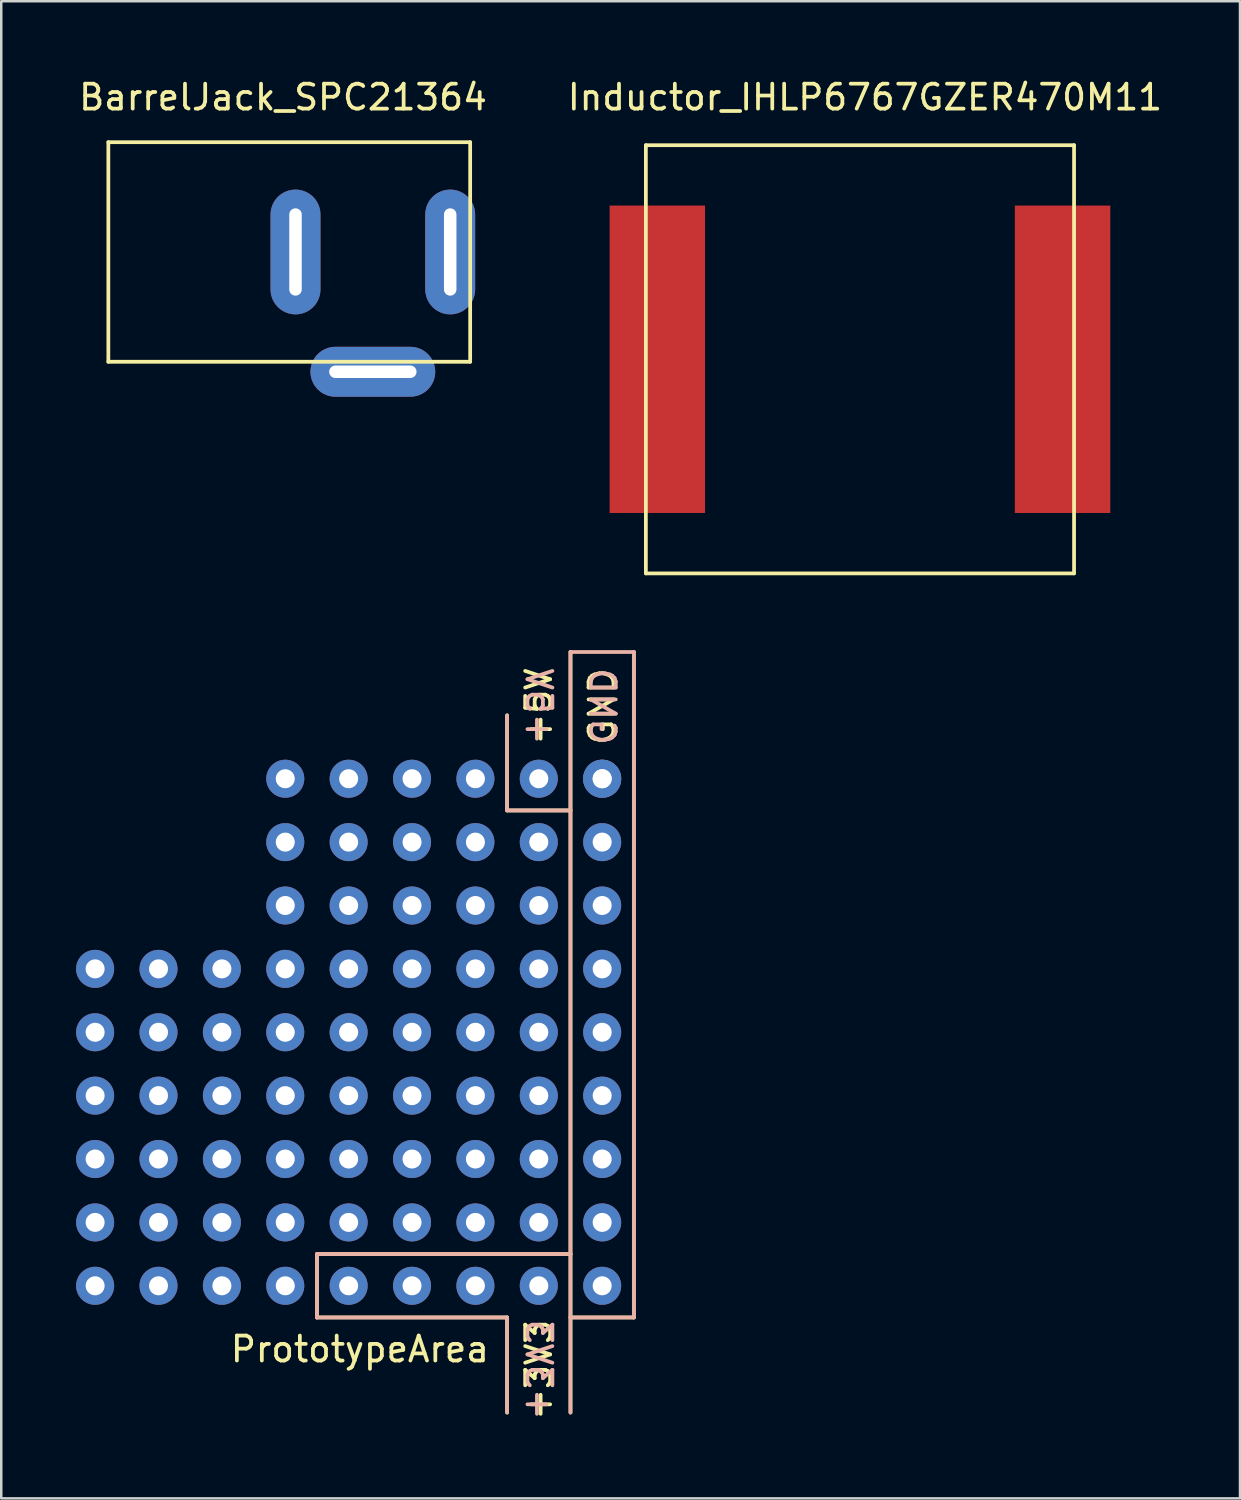
<source format=kicad_pcb>
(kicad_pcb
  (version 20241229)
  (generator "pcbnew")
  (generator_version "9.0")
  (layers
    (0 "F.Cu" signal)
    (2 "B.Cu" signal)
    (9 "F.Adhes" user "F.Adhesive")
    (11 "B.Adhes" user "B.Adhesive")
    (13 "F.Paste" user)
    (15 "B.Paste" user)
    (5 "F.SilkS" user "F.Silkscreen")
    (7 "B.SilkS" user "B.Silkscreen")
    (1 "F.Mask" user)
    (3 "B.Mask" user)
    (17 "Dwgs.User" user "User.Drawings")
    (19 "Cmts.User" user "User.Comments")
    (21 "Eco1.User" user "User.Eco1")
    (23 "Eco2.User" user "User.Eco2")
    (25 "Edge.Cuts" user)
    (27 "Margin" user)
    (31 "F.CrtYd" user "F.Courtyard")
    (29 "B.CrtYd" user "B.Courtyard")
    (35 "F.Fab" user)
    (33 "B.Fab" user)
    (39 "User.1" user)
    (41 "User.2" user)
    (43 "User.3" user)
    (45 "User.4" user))
  (footprint "Inductor_IHLP6767GZER470M11"
    (layer "F.Cu")
    (at 31.413 11.348)
    (property "Reference" "Inductor_IHLP6767GZER470M11" (at 0.2 -10.5 0) (layer "F.SilkS") (effects (font (size 1 1) (thickness 0.15))))
    (attr through_hole)
    (fp_line (start -8.58 -8.58) (end 8.58 -8.58) (stroke (width 0.15) (type solid)) (layer "F.SilkS"))
    (fp_line (start -8.58 8.58) (end -8.58 -8.58) (stroke (width 0.15) (type solid)) (layer "F.SilkS"))
    (fp_line (start 8.58 -8.58) (end 8.58 8.58) (stroke (width 0.15) (type solid)) (layer "F.SilkS"))
    (fp_line (start 8.58 8.58) (end -8.58 8.58) (stroke (width 0.15) (type solid)) (layer "F.SilkS"))
    (pad "1" smd rect (at -8.12 0) (size 3.825 12.32) (layers "F.Cu" "F.Mask" "F.Paste"))
    (pad "2" smd rect (at 8.12 0) (size 3.825 12.32) (layers "F.Cu" "F.Mask" "F.Paste")))
  (footprint "BarrelJack_SPC21364"
    (layer "F.Cu")
    (at 11.892 7.048)
    (property "Reference" "BarrelJack_SPC21364" (at -3.6 -6.2 0) (layer "F.SilkS") (effects (font (size 1 1) (thickness 0.15))))
    (attr through_hole)
    (fp_line (start -10.6 -4.4) (end -10.6 4.4) (stroke (width 0.15) (type solid)) (layer "F.SilkS"))
    (fp_line (start -10.6 4.4) (end 3.9 4.4) (stroke (width 0.15) (type solid)) (layer "F.SilkS"))
    (fp_line (start 3.9 -4.4) (end -10.6 -4.4) (stroke (width 0.15) (type solid)) (layer "F.SilkS"))
    (fp_line (start 3.9 -4.4) (end 3.9 4.4) (stroke (width 0.15) (type solid)) (layer "F.SilkS"))
    (pad "1" thru_hole oval (at 3.1 0) (size 2 5) (drill oval 0.5 3.5) (layers "*.Cu" "*.Mask"))
    (pad "2" thru_hole oval (at 0 4.8) (size 5 2) (drill oval 3.5 0.5) (layers "*.Cu" "*.Mask"))
    (pad "3" thru_hole oval (at -3.1 0) (size 2 5) (drill oval 0.5 3.5) (layers "*.Cu" "*.Mask")))
  (footprint "PrototypeArea"
    (layer "F.Cu")
    (at 21.082 28.158)
    (property "Reference" "PrototypeArea" (at -4.445 22.86 0) (unlocked yes) (layer "F.SilkS") (effects (font (size 1 1) (thickness 0.15)) (justify right)))
    (attr through_hole)
    (fp_line (start -11.43 19.05) (end -11.43 21.59) (stroke (width 0.15) (type solid)) (layer "F.SilkS"))
    (fp_line (start -11.43 19.05) (end -1.27 19.05) (stroke (width 0.15) (type solid)) (layer "F.SilkS"))
    (fp_line (start -11.43 21.59) (end -3.81 21.59) (stroke (width 0.15) (type solid)) (layer "F.SilkS"))
    (fp_line (start -3.81 -2.54) (end -3.81 1.27) (stroke (width 0.15) (type solid)) (layer "F.SilkS"))
    (fp_line (start -3.81 1.27) (end -1.27 1.27) (stroke (width 0.15) (type solid)) (layer "F.SilkS"))
    (fp_line (start -3.81 21.59) (end -3.81 25.4) (stroke (width 0.15) (type solid)) (layer "F.SilkS"))
    (fp_line (start -1.27 -5.08) (end -1.27 19.05) (stroke (width 0.15) (type solid)) (layer "F.SilkS"))
    (fp_line (start -1.27 19.05) (end -1.27 25.4) (stroke (width 0.15) (type solid)) (layer "F.SilkS"))
    (fp_line (start 1.27 -5.08) (end 1.27 21.59) (stroke (width 0.15) (type solid)) (layer "F.SilkS"))
    (fp_line (start 1.27 21.59) (end -1.27 21.59) (stroke (width 0.15) (type solid)) (layer "F.SilkS"))
    (fp_line (start -11.43 19.05) (end -11.43 21.59) (stroke (width 0.15) (type solid)) (layer "B.SilkS"))
    (fp_line (start -11.43 19.05) (end -1.27 19.05) (stroke (width 0.15) (type solid)) (layer "B.SilkS"))
    (fp_line (start -11.43 21.59) (end -3.81 21.59) (stroke (width 0.15) (type solid)) (layer "B.SilkS"))
    (fp_line (start -3.81 -2.54) (end -3.81 1.27) (stroke (width 0.15) (type solid)) (layer "B.SilkS"))
    (fp_line (start -3.81 1.27) (end -1.27 1.27) (stroke (width 0.15) (type solid)) (layer "B.SilkS"))
    (fp_line (start -3.81 21.59) (end -3.81 25.4) (stroke (width 0.15) (type solid)) (layer "B.SilkS"))
    (fp_line (start -1.27 -5.08) (end 1.27 -5.08) (stroke (width 0.15) (type solid)) (layer "B.SilkS"))
    (fp_line (start -1.27 25.4) (end -1.27 -5.08) (stroke (width 0.15) (type solid)) (layer "B.SilkS"))
    (fp_line (start 1.27 -5.08) (end 1.27 21.59) (stroke (width 0.15) (type solid)) (layer "B.SilkS"))
    (fp_line (start 1.27 21.59) (end -1.27 21.59) (stroke (width 0.15) (type solid)) (layer "B.SilkS"))
    (fp_text user "GND" (at 0 -1.27 90) (unlocked yes) (layer "F.SilkS") (effects (font (size 1 1) (thickness 0.15)) (justify left)))
    (fp_text user "+3V3" (at -2.54 21.59 90) (unlocked yes) (layer "F.SilkS") (effects (font (size 1 1) (thickness 0.15)) (justify right)))
    (fp_text user "+5V" (at -2.54 -1.27 90) (unlocked yes) (layer "F.SilkS") (effects (font (size 1 1) (thickness 0.15)) (justify left)))
    (fp_text user "+3V3" (at -2.54 21.59 270) (unlocked yes) (layer "B.SilkS") (effects (font (size 1 1) (thickness 0.15)) (justify right mirror)))
    (fp_text user "+5V" (at -2.54 -1.27 270) (unlocked yes) (layer "B.SilkS") (effects (font (size 1 1) (thickness 0.15)) (justify left mirror)))
    (fp_text user "GND" (at 0 -1.27 270) (unlocked yes) (layer "B.SilkS") (effects (font (size 1 1) (thickness 0.15)) (justify left mirror)))
    (pad "" np_thru_hole circle (at -20.32 7.62) (size 1.524 1.524) (drill 0.762) (layers "*.Cu" "*.Mask"))
    (pad "" np_thru_hole circle (at -20.32 10.16) (size 1.524 1.524) (drill 0.762) (layers "*.Cu" "*.Mask"))
    (pad "" np_thru_hole circle (at -20.32 12.7) (size 1.524 1.524) (drill 0.762) (layers "*.Cu" "*.Mask"))
    (pad "" np_thru_hole circle (at -20.32 15.24) (size 1.524 1.524) (drill 0.762) (layers "*.Cu" "*.Mask"))
    (pad "" np_thru_hole circle (at -20.32 17.78) (size 1.524 1.524) (drill 0.762) (layers "*.Cu" "*.Mask"))
    (pad "" np_thru_hole circle (at -20.32 20.32) (size 1.524 1.524) (drill 0.762) (layers "*.Cu" "*.Mask"))
    (pad "" np_thru_hole circle (at -17.78 7.62) (size 1.524 1.524) (drill 0.762) (layers "*.Cu" "*.Mask"))
    (pad "" np_thru_hole circle (at -17.78 10.16) (size 1.524 1.524) (drill 0.762) (layers "*.Cu" "*.Mask"))
    (pad "" np_thru_hole circle (at -17.78 12.7) (size 1.524 1.524) (drill 0.762) (layers "*.Cu" "*.Mask"))
    (pad "" np_thru_hole circle (at -17.78 15.24) (size 1.524 1.524) (drill 0.762) (layers "*.Cu" "*.Mask"))
    (pad "" np_thru_hole circle (at -17.78 17.78) (size 1.524 1.524) (drill 0.762) (layers "*.Cu" "*.Mask"))
    (pad "" np_thru_hole circle (at -17.78 20.32) (size 1.524 1.524) (drill 0.762) (layers "*.Cu" "*.Mask"))
    (pad "" np_thru_hole circle (at -15.24 7.62) (size 1.524 1.524) (drill 0.762) (layers "*.Cu" "*.Mask"))
    (pad "" np_thru_hole circle (at -15.24 10.16) (size 1.524 1.524) (drill 0.762) (layers "*.Cu" "*.Mask"))
    (pad "" np_thru_hole circle (at -15.24 12.7) (size 1.524 1.524) (drill 0.762) (layers "*.Cu" "*.Mask"))
    (pad "" np_thru_hole circle (at -15.24 15.24) (size 1.524 1.524) (drill 0.762) (layers "*.Cu" "*.Mask"))
    (pad "" np_thru_hole circle (at -15.24 17.78) (size 1.524 1.524) (drill 0.762) (layers "*.Cu" "*.Mask"))
    (pad "" np_thru_hole circle (at -15.24 20.32) (size 1.524 1.524) (drill 0.762) (layers "*.Cu" "*.Mask"))
    (pad "" np_thru_hole circle (at -12.7 0) (size 1.524 1.524) (drill 0.762) (layers "*.Cu" "*.Mask"))
    (pad "" np_thru_hole circle (at -12.7 2.54) (size 1.524 1.524) (drill 0.762) (layers "*.Cu" "*.Mask"))
    (pad "" np_thru_hole circle (at -12.7 5.08) (size 1.524 1.524) (drill 0.762) (layers "*.Cu" "*.Mask"))
    (pad "" np_thru_hole circle (at -12.7 7.62) (size 1.524 1.524) (drill 0.762) (layers "*.Cu" "*.Mask"))
    (pad "" np_thru_hole circle (at -12.7 10.16) (size 1.524 1.524) (drill 0.762) (layers "*.Cu" "*.Mask"))
    (pad "" np_thru_hole circle (at -12.7 12.7) (size 1.524 1.524) (drill 0.762) (layers "*.Cu" "*.Mask"))
    (pad "" np_thru_hole circle (at -12.7 15.24) (size 1.524 1.524) (drill 0.762) (layers "*.Cu" "*.Mask"))
    (pad "" np_thru_hole circle (at -12.7 17.78) (size 1.524 1.524) (drill 0.762) (layers "*.Cu" "*.Mask"))
    (pad "" np_thru_hole circle (at -12.7 20.32) (size 1.524 1.524) (drill 0.762) (layers "*.Cu" "*.Mask"))
    (pad "" np_thru_hole circle (at -10.16 0) (size 1.524 1.524) (drill 0.762) (layers "*.Cu" "*.Mask"))
    (pad "" np_thru_hole circle (at -10.16 2.54) (size 1.524 1.524) (drill 0.762) (layers "*.Cu" "*.Mask"))
    (pad "" np_thru_hole circle (at -10.16 5.08) (size 1.524 1.524) (drill 0.762) (layers "*.Cu" "*.Mask"))
    (pad "" np_thru_hole circle (at -10.16 7.62) (size 1.524 1.524) (drill 0.762) (layers "*.Cu" "*.Mask"))
    (pad "" np_thru_hole circle (at -10.16 10.16) (size 1.524 1.524) (drill 0.762) (layers "*.Cu" "*.Mask"))
    (pad "" np_thru_hole circle (at -10.16 12.7) (size 1.524 1.524) (drill 0.762) (layers "*.Cu" "*.Mask"))
    (pad "" np_thru_hole circle (at -10.16 15.24) (size 1.524 1.524) (drill 0.762) (layers "*.Cu" "*.Mask"))
    (pad "" np_thru_hole circle (at -10.16 17.78) (size 1.524 1.524) (drill 0.762) (layers "*.Cu" "*.Mask"))
    (pad "" np_thru_hole circle (at -7.62 0) (size 1.524 1.524) (drill 0.762) (layers "*.Cu" "*.Mask"))
    (pad "" np_thru_hole circle (at -7.62 2.54) (size 1.524 1.524) (drill 0.762) (layers "*.Cu" "*.Mask"))
    (pad "" np_thru_hole circle (at -7.62 5.08) (size 1.524 1.524) (drill 0.762) (layers "*.Cu" "*.Mask"))
    (pad "" np_thru_hole circle (at -7.62 7.62) (size 1.524 1.524) (drill 0.762) (layers "*.Cu" "*.Mask"))
    (pad "" np_thru_hole circle (at -7.62 10.16) (size 1.524 1.524) (drill 0.762) (layers "*.Cu" "*.Mask"))
    (pad "" np_thru_hole circle (at -7.62 12.7) (size 1.524 1.524) (drill 0.762) (layers "*.Cu" "*.Mask"))
    (pad "" np_thru_hole circle (at -7.62 15.24) (size 1.524 1.524) (drill 0.762) (layers "*.Cu" "*.Mask"))
    (pad "" np_thru_hole circle (at -7.62 17.78) (size 1.524 1.524) (drill 0.762) (layers "*.Cu" "*.Mask"))
    (pad "" np_thru_hole circle (at -5.08 0) (size 1.524 1.524) (drill 0.762) (layers "*.Cu" "*.Mask"))
    (pad "" np_thru_hole circle (at -5.08 2.54) (size 1.524 1.524) (drill 0.762) (layers "*.Cu" "*.Mask"))
    (pad "" np_thru_hole circle (at -5.08 5.08) (size 1.524 1.524) (drill 0.762) (layers "*.Cu" "*.Mask"))
    (pad "" np_thru_hole circle (at -5.08 7.62) (size 1.524 1.524) (drill 0.762) (layers "*.Cu" "*.Mask"))
    (pad "" np_thru_hole circle (at -5.08 10.16) (size 1.524 1.524) (drill 0.762) (layers "*.Cu" "*.Mask"))
    (pad "" np_thru_hole circle (at -5.08 12.7) (size 1.524 1.524) (drill 0.762) (layers "*.Cu" "*.Mask"))
    (pad "" np_thru_hole circle (at -5.08 15.24) (size 1.524 1.524) (drill 0.762) (layers "*.Cu" "*.Mask"))
    (pad "" np_thru_hole circle (at -5.08 17.78) (size 1.524 1.524) (drill 0.762) (layers "*.Cu" "*.Mask"))
    (pad "" np_thru_hole circle (at -2.54 2.54) (size 1.524 1.524) (drill 0.762) (layers "*.Cu" "*.Mask"))
    (pad "" np_thru_hole circle (at -2.54 5.08) (size 1.524 1.524) (drill 0.762) (layers "*.Cu" "*.Mask"))
    (pad "" np_thru_hole circle (at -2.54 7.62) (size 1.524 1.524) (drill 0.762) (layers "*.Cu" "*.Mask"))
    (pad "" np_thru_hole circle (at -2.54 10.16) (size 1.524 1.524) (drill 0.762) (layers "*.Cu" "*.Mask"))
    (pad "" np_thru_hole circle (at -2.54 12.7) (size 1.524 1.524) (drill 0.762) (layers "*.Cu" "*.Mask"))
    (pad "" np_thru_hole circle (at -2.54 15.24) (size 1.524 1.524) (drill 0.762) (layers "*.Cu" "*.Mask"))
    (pad "" np_thru_hole circle (at -2.54 17.78) (size 1.524 1.524) (drill 0.762) (layers "*.Cu" "*.Mask"))
    (pad "1" thru_hole circle (at 0 0) (size 1.524 1.524) (drill 0.762) (layers "*.Cu" "*.Mask"))
    (pad "1" thru_hole circle (at 0 0) (size 1.524 1.524) (drill 0.762) (layers "*.Cu" "*.Mask"))
    (pad "1" thru_hole circle (at 0 2.54) (size 1.524 1.524) (drill 0.762) (layers "*.Cu" "*.Mask"))
    (pad "1" thru_hole circle (at 0 5.08) (size 1.524 1.524) (drill 0.762) (layers "*.Cu" "*.Mask"))
    (pad "1" thru_hole circle (at 0 7.62) (size 1.524 1.524) (drill 0.762) (layers "*.Cu" "*.Mask"))
    (pad "1" thru_hole circle (at 0 10.16) (size 1.524 1.524) (drill 0.762) (layers "*.Cu" "*.Mask"))
    (pad "1" thru_hole circle (at 0 12.7) (size 1.524 1.524) (drill 0.762) (layers "*.Cu" "*.Mask"))
    (pad "1" thru_hole circle (at 0 15.24) (size 1.524 1.524) (drill 0.762) (layers "*.Cu" "*.Mask"))
    (pad "1" thru_hole circle (at 0 17.78) (size 1.524 1.524) (drill 0.762) (layers "*.Cu" "*.Mask"))
    (pad "1" thru_hole circle (at 0 20.32) (size 1.524 1.524) (drill 0.762) (layers "*.Cu" "*.Mask"))
    (pad "2" thru_hole circle (at -2.54 0) (size 1.524 1.524) (drill 0.762) (layers "*.Cu" "*.Mask"))
    (pad "3" thru_hole circle (at -10.16 20.32) (size 1.524 1.524) (drill 0.762) (layers "*.Cu" "*.Mask"))
    (pad "3" thru_hole circle (at -7.62 20.32) (size 1.524 1.524) (drill 0.762) (layers "*.Cu" "*.Mask"))
    (pad "3" thru_hole circle (at -5.08 20.32) (size 1.524 1.524) (drill 0.762) (layers "*.Cu" "*.Mask"))
    (pad "3" thru_hole circle (at -2.54 20.32) (size 1.524 1.524) (drill 0.762) (layers "*.Cu" "*.Mask")))
  (gr_rect
    (start -3 -3)
    (end 46.643 56.998)
    (stroke (width 0.1) (type default))
    (fill no)
    (layer "Edge.Cuts")))
</source>
